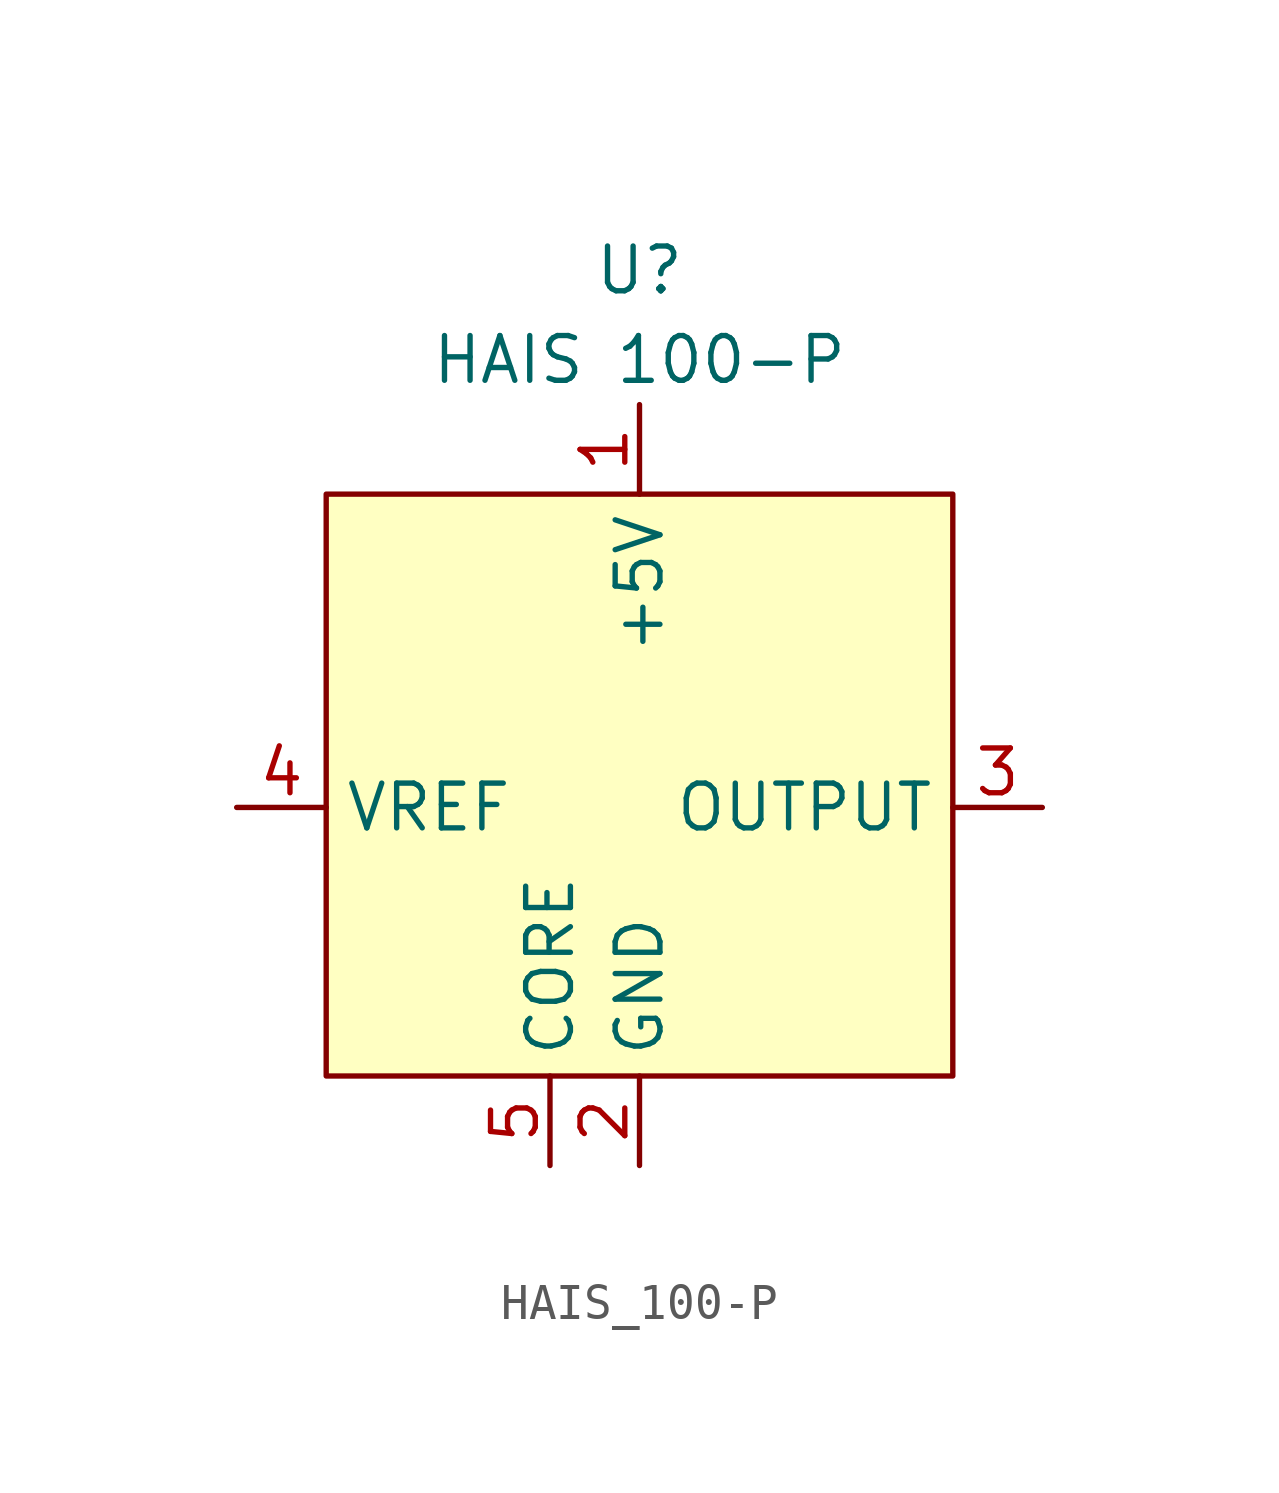
<source format=kicad_sym>
(kicad_symbol_lib
  (version 20220914)
  (generator kicad_symbol_editor)
  (symbol "HAIS_100-P"
    (property "Reference" "U"
      (at 0 15.24 0)
      (effects (font (size 1.27 1.27))))
    (property "Value" "HAIS 100-P"
      (at 0 12.7 0)
      (effects (font (size 1.27 1.27))))
    (symbol "HAIS_100-P_0_1"
      (rectangle (start -8.89 8.89) (end 8.89 -7.62) (stroke (width 0) (type default)) (fill (type background))))
    (symbol "HAIS_100-P_1_1"
      (pin power_in line (at 0 11.43 270) (length 2.54) (name "+5V" (effects (font (size 1.27 1.27)))) (number "1" (effects (font (size 1.27 1.27)))))
      (pin power_in line (at 0 -10.16 90) (length 2.54) (name "GND" (effects (font (size 1.27 1.27)))) (number "2" (effects (font (size 1.27 1.27)))))
      (pin output line (at 11.43 0 180) (length 2.54) (name "OUTPUT" (effects (font (size 1.27 1.27)))) (number "3" (effects (font (size 1.27 1.27)))))
      (pin bidirectional line (at -11.43 0 0) (length 2.54) (name "VREF" (effects (font (size 1.27 1.27)))) (number "4" (effects (font (size 1.27 1.27)))))
      (pin power_in line (at -2.54 -10.16 90) (length 2.54) (name "CORE" (effects (font (size 1.27 1.27)))) (number "5" (effects (font (size 1.27 1.27)))))
      (pin no_connect line (at 8.89 6.35 180) (length 2.54) hide (name "NC" (effects (font (size 1.27 1.27)))) (number "6" (effects (font (size 1.27 1.27))))))))
</source>
